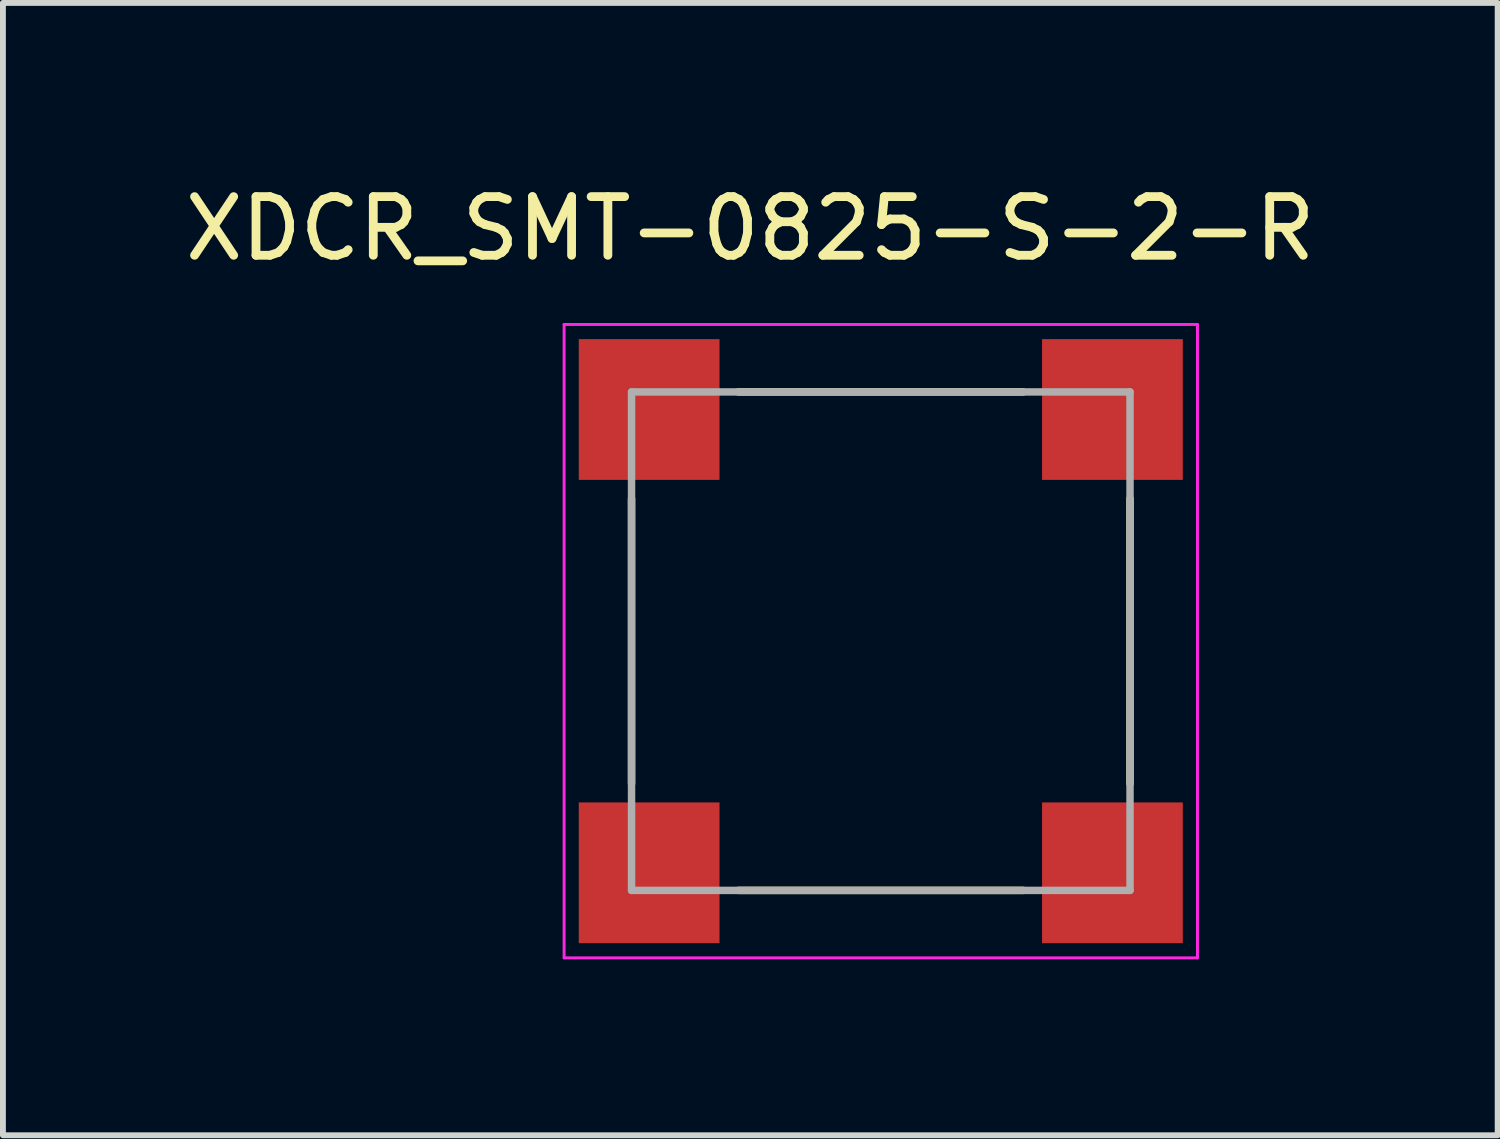
<source format=kicad_pcb>
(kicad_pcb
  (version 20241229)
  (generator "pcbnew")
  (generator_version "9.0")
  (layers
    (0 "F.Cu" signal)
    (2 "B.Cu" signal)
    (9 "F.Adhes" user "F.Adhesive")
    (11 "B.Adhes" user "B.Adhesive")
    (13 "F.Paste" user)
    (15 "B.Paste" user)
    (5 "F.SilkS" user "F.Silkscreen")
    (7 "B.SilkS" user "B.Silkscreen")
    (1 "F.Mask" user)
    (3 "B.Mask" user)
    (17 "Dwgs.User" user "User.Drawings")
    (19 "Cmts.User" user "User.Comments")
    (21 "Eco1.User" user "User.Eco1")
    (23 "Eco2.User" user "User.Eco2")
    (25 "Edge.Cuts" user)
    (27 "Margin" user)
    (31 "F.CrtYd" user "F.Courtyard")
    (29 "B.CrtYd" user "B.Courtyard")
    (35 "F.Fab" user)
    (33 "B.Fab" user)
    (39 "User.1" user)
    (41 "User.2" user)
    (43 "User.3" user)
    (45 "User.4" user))
  (footprint "XDCR_SMT-0825-S-2-R"
    (layer "F.Cu")
    (at 11.969 7.883)
    (property "Reference" "XDCR_SMT-0825-S-2-R" (at -2.225 -7.035 0) (layer "F.SilkS") (effects (font (size 1 1) (thickness 0.15))))
    (attr smd)
    (fp_line (start -4.25 -2.43) (end -4.25 2.43) (stroke (width 0.127) (type solid)) (layer "F.SilkS"))
    (fp_line (start -2.43 -4.25) (end 2.43 -4.25) (stroke (width 0.127) (type solid)) (layer "F.SilkS"))
    (fp_line (start -2.43 4.25) (end 2.43 4.25) (stroke (width 0.127) (type solid)) (layer "F.SilkS"))
    (fp_line (start 4.25 -2.43) (end 4.25 2.43) (stroke (width 0.127) (type solid)) (layer "F.SilkS"))
    (fp_line (start -5.4 -5.4) (end -5.4 5.4) (stroke (width 0.05) (type solid)) (layer "F.CrtYd"))
    (fp_line (start -5.4 5.4) (end 5.4 5.4) (stroke (width 0.05) (type solid)) (layer "F.CrtYd"))
    (fp_line (start 5.4 -5.4) (end -5.4 -5.4) (stroke (width 0.05) (type solid)) (layer "F.CrtYd"))
    (fp_line (start 5.4 5.4) (end 5.4 -5.4) (stroke (width 0.05) (type solid)) (layer "F.CrtYd"))
    (fp_line (start -4.25 -4.25) (end 4.25 -4.25) (stroke (width 0.127) (type solid)) (layer "F.Fab"))
    (fp_line (start -4.25 4.25) (end -4.25 -4.25) (stroke (width 0.127) (type solid)) (layer "F.Fab"))
    (fp_line (start 4.25 -4.25) (end 4.25 4.25) (stroke (width 0.127) (type solid)) (layer "F.Fab"))
    (fp_line (start 4.25 4.25) (end -4.25 4.25) (stroke (width 0.127) (type solid)) (layer "F.Fab"))
    (pad "2" smd rect (at 3.95 -3.95) (size 2.4 2.4) (layers "F.Cu" "F.Mask" "F.Paste"))
    (pad "4" smd rect (at 3.95 3.95) (size 2.4 2.4) (layers "F.Cu" "F.Mask" "F.Paste"))
    (pad "N" smd rect (at -3.95 3.95) (size 2.4 2.4) (layers "F.Cu" "F.Mask" "F.Paste"))
    (pad "P" smd rect (at -3.95 -3.95) (size 2.4 2.4) (layers "F.Cu" "F.Mask" "F.Paste")))
  (gr_rect
    (start -3 -3)
    (end 22.488 16.308)
    (stroke (width 0.1) (type default))
    (fill no)
    (layer "Edge.Cuts")))
</source>
